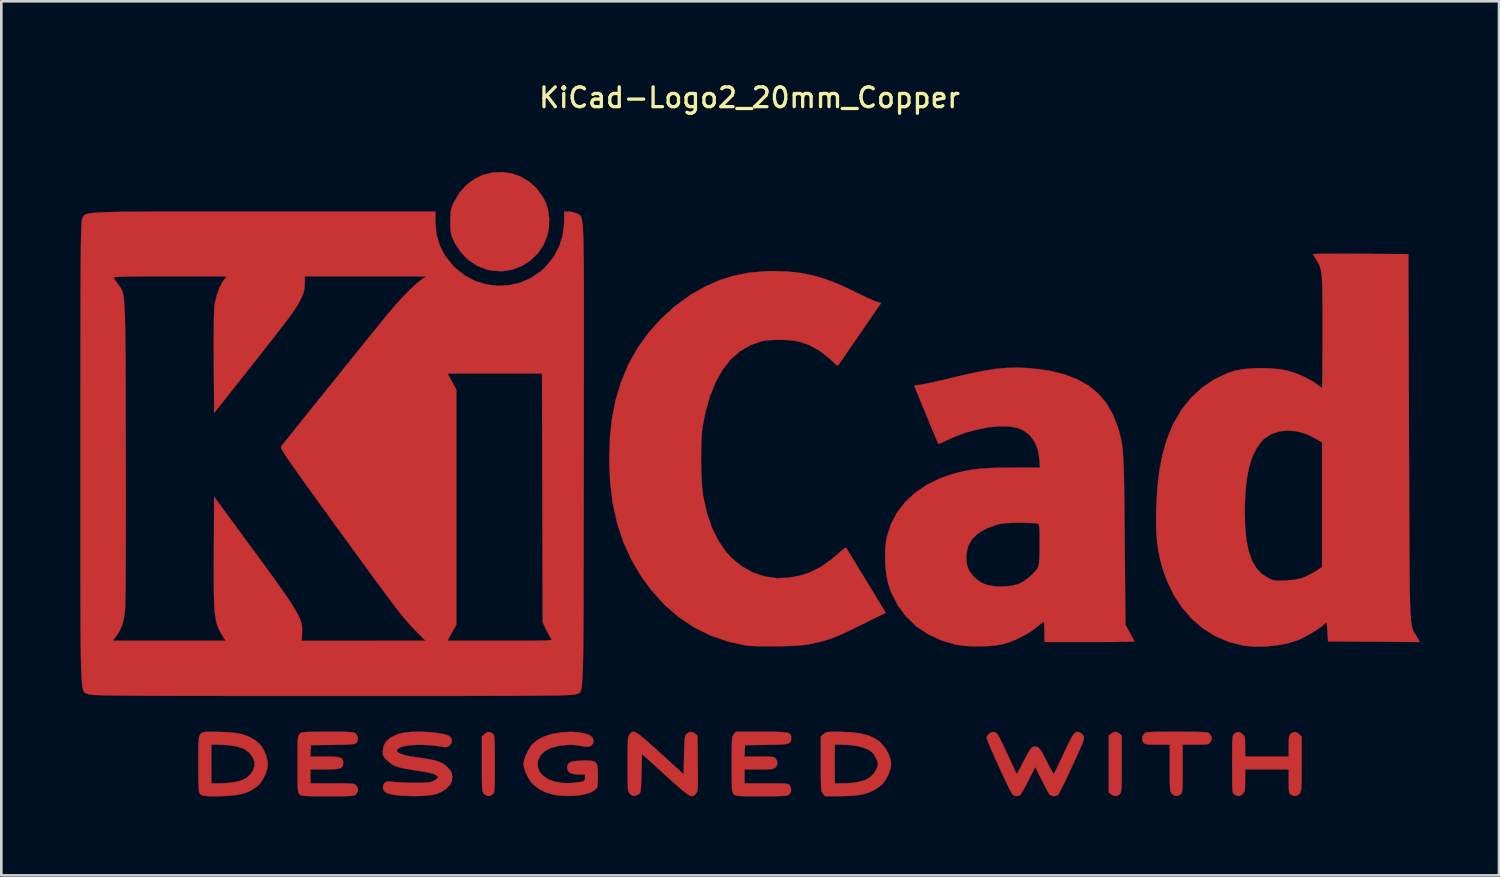
<source format=kicad_pcb>
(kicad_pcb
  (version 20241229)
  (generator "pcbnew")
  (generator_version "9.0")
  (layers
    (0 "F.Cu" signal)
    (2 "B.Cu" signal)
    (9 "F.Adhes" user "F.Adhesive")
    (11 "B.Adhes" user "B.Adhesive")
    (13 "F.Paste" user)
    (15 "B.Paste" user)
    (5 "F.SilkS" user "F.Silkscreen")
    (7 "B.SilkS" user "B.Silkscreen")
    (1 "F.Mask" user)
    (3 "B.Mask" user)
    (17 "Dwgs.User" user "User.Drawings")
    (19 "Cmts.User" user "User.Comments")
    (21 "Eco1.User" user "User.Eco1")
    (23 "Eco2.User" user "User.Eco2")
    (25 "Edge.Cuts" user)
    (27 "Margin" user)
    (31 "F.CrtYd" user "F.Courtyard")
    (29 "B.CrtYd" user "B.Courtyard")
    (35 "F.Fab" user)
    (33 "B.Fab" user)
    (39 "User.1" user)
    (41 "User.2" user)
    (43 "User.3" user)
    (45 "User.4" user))
  (footprint "KiCad-Logo2_20mm_Copper"
    (layer "F.Cu")
    (at 25.405 13.358)
    (property "Reference" "KiCad-Logo2_20mm_Copper" (at 0 -12.7 0) (layer "F.SilkS") (effects (font (size 0.75 0.75) (thickness 0.125))))
    (attr exclude_from_pos_files exclude_from_bom allow_missing_courtyard)
    (fp_poly (pts (xy 13.962 11.396) (xy 14.041 11.445) (xy 14.13 11.517) (xy 14.13 12.589) (xy 14.13 12.903) (xy 14.128 13.15) (xy 14.126 13.339) (xy 14.121 13.479) (xy 14.114 13.579) (xy 14.103 13.648) (xy 14.089 13.693) (xy 14.071 13.725) (xy 14.058 13.74) (xy 13.953 13.809) (xy 13.834 13.806) (xy 13.73 13.748) (xy 13.641 13.676) (xy 13.641 11.517) (xy 13.73 11.445) (xy 13.815 11.393) (xy 13.885 11.374) (xy 13.962 11.396)) (stroke (width 0.01) (type solid)) (fill yes) (layer "F.Cu"))
    (fp_poly (pts (xy -9.746 11.449) (xy -9.724 11.474) (xy -9.707 11.507) (xy -9.694 11.555) (xy -9.684 11.629) (xy -9.678 11.735) (xy -9.674 11.885) (xy -9.672 12.085) (xy -9.671 12.344) (xy -9.671 12.597) (xy -9.671 12.909) (xy -9.672 13.156) (xy -9.675 13.344) (xy -9.679 13.483) (xy -9.686 13.583) (xy -9.696 13.65) (xy -9.71 13.694) (xy -9.728 13.725) (xy -9.746 13.744) (xy -9.856 13.81) (xy -9.973 13.804) (xy -10.078 13.732) (xy -10.102 13.704) (xy -10.121 13.672) (xy -10.135 13.626) (xy -10.146 13.558) (xy -10.153 13.458) (xy -10.157 13.318) (xy -10.159 13.129) (xy -10.16 12.882) (xy -10.16 12.602) (xy -10.16 11.558) (xy -10.068 11.466) (xy -9.954 11.388) (xy -9.843 11.385) (xy -9.746 11.449)) (stroke (width 0.01) (type solid)) (fill yes) (layer "F.Cu"))
    (fp_poly (pts (xy -9.038 -9.825) (xy -8.696 -9.707) (xy -8.378 -9.52) (xy -8.094 -9.266) (xy -7.854 -8.943) (xy -7.746 -8.74) (xy -7.653 -8.455) (xy -7.608 -8.127) (xy -7.613 -7.79) (xy -7.668 -7.484) (xy -7.82 -7.11) (xy -8.04 -6.786) (xy -8.318 -6.518) (xy -8.641 -6.312) (xy -8.999 -6.175) (xy -9.381 -6.112) (xy -9.775 -6.132) (xy -9.969 -6.173) (xy -10.347 -6.32) (xy -10.683 -6.545) (xy -10.969 -6.84) (xy -11.196 -7.198) (xy -11.216 -7.238) (xy -11.282 -7.385) (xy -11.324 -7.508) (xy -11.346 -7.639) (xy -11.356 -7.807) (xy -11.357 -7.989) (xy -11.355 -8.208) (xy -11.343 -8.366) (xy -11.317 -8.494) (xy -11.271 -8.622) (xy -11.213 -8.748) (xy -10.999 -9.106) (xy -10.735 -9.397) (xy -10.432 -9.619) (xy -10.101 -9.772) (xy -9.751 -9.858) (xy -9.393 -9.876) (xy -9.038 -9.825)) (stroke (width 0.01) (type solid)) (fill yes) (layer "F.Cu"))
    (fp_poly (pts (xy 16.544 11.374) (xy 16.806 11.375) (xy 17.01 11.378) (xy 17.163 11.382) (xy 17.274 11.389) (xy 17.351 11.398) (xy 17.402 11.411) (xy 17.436 11.427) (xy 17.453 11.439) (xy 17.538 11.548) (xy 17.549 11.66) (xy 17.496 11.763) (xy 17.461 11.804) (xy 17.424 11.832) (xy 17.37 11.849) (xy 17.285 11.858) (xy 17.156 11.862) (xy 16.968 11.863) (xy 16.931 11.863) (xy 16.444 11.863) (xy 16.444 12.766) (xy 16.444 13.051) (xy 16.442 13.27) (xy 16.439 13.433) (xy 16.433 13.549) (xy 16.424 13.629) (xy 16.41 13.682) (xy 16.392 13.717) (xy 16.369 13.744) (xy 16.259 13.81) (xy 16.145 13.805) (xy 16.041 13.73) (xy 16.033 13.72) (xy 16.008 13.685) (xy 15.989 13.644) (xy 15.975 13.586) (xy 15.966 13.503) (xy 15.96 13.383) (xy 15.957 13.217) (xy 15.955 12.995) (xy 15.955 12.742) (xy 15.955 11.863) (xy 15.49 11.863) (xy 15.291 11.861) (xy 15.153 11.856) (xy 15.062 11.845) (xy 15.005 11.827) (xy 14.968 11.799) (xy 14.964 11.794) (xy 14.909 11.683) (xy 14.914 11.558) (xy 14.977 11.449) (xy 15.001 11.428) (xy 15.032 11.411) (xy 15.079 11.398) (xy 15.149 11.388) (xy 15.251 11.382) (xy 15.394 11.377) (xy 15.585 11.375) (xy 15.834 11.374) (xy 16.147 11.374) (xy 16.214 11.374) (xy 16.544 11.374)) (stroke (width 0.01) (type solid)) (fill yes) (layer "F.Cu"))
    (fp_poly (pts (xy 20.763 11.392) (xy 20.867 11.466) (xy 20.96 11.558) (xy 20.96 12.59) (xy 20.959 12.896) (xy 20.958 13.136) (xy 20.956 13.319) (xy 20.951 13.455) (xy 20.943 13.551) (xy 20.932 13.618) (xy 20.917 13.664) (xy 20.897 13.699) (xy 20.882 13.72) (xy 20.779 13.802) (xy 20.662 13.811) (xy 20.554 13.761) (xy 20.519 13.731) (xy 20.495 13.692) (xy 20.481 13.628) (xy 20.473 13.527) (xy 20.471 13.372) (xy 20.471 13.253) (xy 20.471 12.803) (xy 18.815 12.803) (xy 18.815 13.212) (xy 18.813 13.399) (xy 18.806 13.528) (xy 18.792 13.615) (xy 18.767 13.676) (xy 18.737 13.72) (xy 18.634 13.802) (xy 18.517 13.812) (xy 18.406 13.754) (xy 18.375 13.723) (xy 18.354 13.683) (xy 18.34 13.62) (xy 18.331 13.522) (xy 18.327 13.376) (xy 18.325 13.171) (xy 18.325 13.123) (xy 18.323 12.735) (xy 18.322 12.416) (xy 18.322 12.157) (xy 18.324 11.953) (xy 18.328 11.796) (xy 18.333 11.678) (xy 18.341 11.594) (xy 18.352 11.536) (xy 18.365 11.497) (xy 18.382 11.469) (xy 18.401 11.449) (xy 18.507 11.383) (xy 18.618 11.392) (xy 18.722 11.466) (xy 18.765 11.514) (xy 18.792 11.567) (xy 18.807 11.642) (xy 18.813 11.757) (xy 18.815 11.929) (xy 18.815 11.936) (xy 18.815 12.314) (xy 20.471 12.314) (xy 20.471 11.919) (xy 20.472 11.737) (xy 20.479 11.614) (xy 20.493 11.534) (xy 20.518 11.481) (xy 20.546 11.449) (xy 20.652 11.383) (xy 20.763 11.392)) (stroke (width 0.01) (type solid)) (fill yes) (layer "F.Cu"))
    (fp_poly (pts (xy 3.394 11.374) (xy 3.824 11.389) (xy 4.19 11.433) (xy 4.497 11.509) (xy 4.753 11.62) (xy 4.962 11.769) (xy 5.131 11.957) (xy 5.266 12.189) (xy 5.268 12.195) (xy 5.349 12.402) (xy 5.377 12.585) (xy 5.354 12.77) (xy 5.279 12.98) (xy 5.265 13.012) (xy 5.167 13.2) (xy 5.058 13.345) (xy 4.917 13.468) (xy 4.724 13.59) (xy 4.713 13.597) (xy 4.545 13.677) (xy 4.355 13.738) (xy 4.132 13.779) (xy 3.862 13.805) (xy 3.534 13.817) (xy 3.418 13.818) (xy 2.865 13.819) (xy 2.787 13.72) (xy 2.764 13.688) (xy 2.746 13.65) (xy 2.733 13.597) (xy 2.723 13.521) (xy 2.716 13.411) (xy 2.714 13.33) (xy 3.236 13.33) (xy 3.549 13.33) (xy 3.732 13.325) (xy 3.92 13.311) (xy 4.074 13.291) (xy 4.084 13.289) (xy 4.358 13.216) (xy 4.57 13.105) (xy 4.728 12.953) (xy 4.838 12.753) (xy 4.857 12.7) (xy 4.876 12.618) (xy 4.868 12.536) (xy 4.828 12.428) (xy 4.804 12.375) (xy 4.727 12.233) (xy 4.633 12.134) (xy 4.53 12.065) (xy 4.323 11.975) (xy 4.059 11.91) (xy 3.751 11.872) (xy 3.528 11.864) (xy 3.236 11.863) (xy 3.236 13.33) (xy 2.714 13.33) (xy 2.712 13.26) (xy 2.71 13.058) (xy 2.709 12.795) (xy 2.709 12.59) (xy 2.709 11.558) (xy 2.802 11.466) (xy 2.843 11.428) (xy 2.887 11.403) (xy 2.949 11.387) (xy 3.043 11.378) (xy 3.182 11.375) (xy 3.382 11.374) (xy 3.394 11.374)) (stroke (width 0.01) (type solid)) (fill yes) (layer "F.Cu"))
    (fp_poly (pts (xy -20.405 11.374) (xy -20.273 11.375) (xy -19.887 11.384) (xy -19.564 11.412) (xy -19.293 11.461) (xy -19.062 11.534) (xy -18.861 11.634) (xy -18.679 11.765) (xy -18.614 11.822) (xy -18.506 11.955) (xy -18.408 12.135) (xy -18.333 12.334) (xy -18.292 12.526) (xy -18.288 12.597) (xy -18.315 12.793) (xy -18.386 13.007) (xy -18.49 13.209) (xy -18.613 13.371) (xy -18.633 13.391) (xy -18.802 13.528) (xy -18.987 13.635) (xy -19.199 13.715) (xy -19.448 13.77) (xy -19.746 13.803) (xy -20.102 13.818) (xy -20.265 13.819) (xy -20.473 13.818) (xy -20.618 13.814) (xy -20.716 13.805) (xy -20.78 13.789) (xy -20.824 13.765) (xy -20.847 13.744) (xy -20.869 13.719) (xy -20.886 13.686) (xy -20.899 13.638) (xy -20.908 13.564) (xy -20.915 13.458) (xy -20.919 13.308) (xy -20.921 13.108) (xy -20.922 12.849) (xy -20.922 12.597) (xy -20.923 12.26) (xy -20.923 11.991) (xy -20.92 11.863) (xy -20.433 11.863) (xy -20.433 13.33) (xy -20.122 13.33) (xy -19.936 13.325) (xy -19.74 13.311) (xy -19.577 13.292) (xy -19.572 13.291) (xy -19.308 13.227) (xy -19.103 13.128) (xy -18.948 12.986) (xy -18.849 12.833) (xy -18.788 12.663) (xy -18.793 12.504) (xy -18.863 12.333) (xy -19.002 12.156) (xy -19.193 12.025) (xy -19.442 11.938) (xy -19.609 11.907) (xy -19.798 11.885) (xy -19.998 11.869) (xy -20.169 11.863) (xy -20.179 11.863) (xy -20.433 11.863) (xy -20.92 11.863) (xy -20.918 11.783) (xy -20.903 11.627) (xy -20.876 11.516) (xy -20.832 11.443) (xy -20.767 11.399) (xy -20.676 11.378) (xy -20.557 11.372) (xy -20.405 11.374)) (stroke (width 0.01) (type solid)) (fill yes) (layer "F.Cu"))
    (fp_poly (pts (xy -4.334 11.388) (xy -4.255 11.434) (xy -4.152 11.51) (xy -4.02 11.618) (xy -3.853 11.762) (xy -3.646 11.947) (xy -3.394 12.175) (xy -3.104 12.437) (xy -2.502 12.983) (xy -2.484 12.25) (xy -2.477 11.998) (xy -2.47 11.81) (xy -2.462 11.676) (xy -2.452 11.584) (xy -2.437 11.524) (xy -2.417 11.486) (xy -2.39 11.457) (xy -2.376 11.445) (xy -2.261 11.382) (xy -2.151 11.391) (xy -2.064 11.445) (xy -1.976 11.517) (xy -1.965 12.567) (xy -1.961 12.876) (xy -1.96 13.118) (xy -1.96 13.304) (xy -1.963 13.441) (xy -1.97 13.539) (xy -1.979 13.608) (xy -1.994 13.655) (xy -2.012 13.69) (xy -2.033 13.718) (xy -2.078 13.771) (xy -2.123 13.805) (xy -2.174 13.819) (xy -2.237 13.807) (xy -2.318 13.766) (xy -2.424 13.693) (xy -2.561 13.583) (xy -2.735 13.433) (xy -2.952 13.24) (xy -3.199 13.017) (xy -4.083 12.215) (xy -4.102 12.945) (xy -4.108 13.197) (xy -4.115 13.385) (xy -4.123 13.518) (xy -4.133 13.61) (xy -4.148 13.669) (xy -4.168 13.708) (xy -4.195 13.736) (xy -4.209 13.748) (xy -4.333 13.811) (xy -4.449 13.802) (xy -4.55 13.72) (xy -4.574 13.688) (xy -4.592 13.649) (xy -4.605 13.597) (xy -4.615 13.52) (xy -4.622 13.41) (xy -4.626 13.258) (xy -4.628 13.055) (xy -4.628 12.792) (xy -4.628 12.597) (xy -4.628 12.291) (xy -4.627 12.052) (xy -4.624 11.87) (xy -4.619 11.736) (xy -4.612 11.64) (xy -4.601 11.574) (xy -4.585 11.528) (xy -4.565 11.493) (xy -4.55 11.473) (xy -4.513 11.426) (xy -4.478 11.39) (xy -4.44 11.37) (xy -4.393 11.368) (xy -4.334 11.388)) (stroke (width 0.01) (type solid)) (fill yes) (layer "F.Cu"))
    (fp_poly (pts (xy -6.5 11.392) (xy -6.272 11.43) (xy -6.096 11.49) (xy -5.982 11.568) (xy -5.951 11.613) (xy -5.92 11.717) (xy -5.941 11.811) (xy -6.008 11.901) (xy -6.112 11.942) (xy -6.264 11.939) (xy -6.381 11.916) (xy -6.641 11.873) (xy -6.907 11.869) (xy -7.205 11.904) (xy -7.287 11.919) (xy -7.564 11.997) (xy -7.781 12.113) (xy -7.935 12.265) (xy -8.024 12.452) (xy -8.042 12.548) (xy -8.03 12.743) (xy -7.952 12.916) (xy -7.816 13.063) (xy -7.628 13.181) (xy -7.396 13.266) (xy -7.126 13.315) (xy -6.826 13.325) (xy -6.503 13.292) (xy -6.485 13.289) (xy -6.356 13.265) (xy -6.285 13.242) (xy -6.254 13.207) (xy -6.247 13.15) (xy -6.247 13.119) (xy -6.247 12.992) (xy -6.475 12.992) (xy -6.676 12.978) (xy -6.814 12.934) (xy -6.894 12.856) (xy -6.923 12.74) (xy -6.923 12.725) (xy -6.906 12.626) (xy -6.848 12.555) (xy -6.74 12.508) (xy -6.572 12.481) (xy -6.41 12.471) (xy -6.175 12.465) (xy -6.004 12.474) (xy -5.887 12.506) (xy -5.815 12.571) (xy -5.776 12.678) (xy -5.76 12.836) (xy -5.757 13.044) (xy -5.762 13.275) (xy -5.776 13.433) (xy -5.8 13.517) (xy -5.804 13.523) (xy -5.934 13.628) (xy -6.124 13.712) (xy -6.363 13.771) (xy -6.638 13.805) (xy -6.937 13.812) (xy -7.249 13.79) (xy -7.432 13.763) (xy -7.719 13.682) (xy -7.986 13.549) (xy -8.21 13.376) (xy -8.244 13.342) (xy -8.354 13.197) (xy -8.454 13.017) (xy -8.531 12.829) (xy -8.574 12.658) (xy -8.58 12.592) (xy -8.557 12.455) (xy -8.499 12.284) (xy -8.414 12.105) (xy -8.316 11.941) (xy -8.229 11.831) (xy -8.026 11.668) (xy -7.763 11.538) (xy -7.451 11.445) (xy -7.097 11.391) (xy -6.773 11.377) (xy -6.5 11.392)) (stroke (width 0.01) (type solid)) (fill yes) (layer "F.Cu"))
    (fp_poly (pts (xy 0.768 11.374) (xy 1.022 11.377) (xy 1.217 11.384) (xy 1.361 11.397) (xy 1.461 11.418) (xy 1.525 11.447) (xy 1.561 11.487) (xy 1.577 11.54) (xy 1.58 11.607) (xy 1.58 11.614) (xy 1.577 11.69) (xy 1.561 11.748) (xy 1.524 11.792) (xy 1.458 11.823) (xy 1.353 11.844) (xy 1.201 11.857) (xy 0.993 11.865) (xy 0.721 11.87) (xy 0.638 11.871) (xy -0.169 11.882) (xy -0.181 12.098) (xy -0.192 12.314) (xy 0.369 12.314) (xy 0.588 12.315) (xy 0.744 12.319) (xy 0.85 12.326) (xy 0.919 12.339) (xy 0.964 12.359) (xy 0.996 12.388) (xy 0.996 12.388) (xy 1.055 12.5) (xy 1.052 12.621) (xy 0.991 12.725) (xy 0.979 12.735) (xy 0.936 12.763) (xy 0.877 12.782) (xy 0.789 12.794) (xy 0.658 12.801) (xy 0.472 12.803) (xy 0.353 12.803) (xy -0.188 12.803) (xy -0.188 13.33) (xy 0.634 13.33) (xy 0.905 13.331) (xy 1.111 13.333) (xy 1.262 13.337) (xy 1.367 13.344) (xy 1.437 13.355) (xy 1.482 13.371) (xy 1.511 13.392) (xy 1.518 13.399) (xy 1.572 13.504) (xy 1.576 13.624) (xy 1.532 13.728) (xy 1.497 13.761) (xy 1.46 13.779) (xy 1.404 13.793) (xy 1.319 13.804) (xy 1.196 13.811) (xy 1.026 13.816) (xy 0.8 13.819) (xy 0.51 13.819) (xy 0.445 13.819) (xy 0.15 13.819) (xy -0.079 13.818) (xy -0.251 13.816) (xy -0.376 13.811) (xy -0.463 13.802) (xy -0.52 13.791) (xy -0.558 13.774) (xy -0.586 13.753) (xy -0.601 13.737) (xy -0.623 13.71) (xy -0.641 13.676) (xy -0.654 13.626) (xy -0.664 13.552) (xy -0.67 13.445) (xy -0.674 13.295) (xy -0.676 13.094) (xy -0.677 12.833) (xy -0.677 12.613) (xy -0.677 12.305) (xy -0.676 12.064) (xy -0.673 11.879) (xy -0.669 11.743) (xy -0.661 11.645) (xy -0.65 11.577) (xy -0.635 11.53) (xy -0.616 11.495) (xy -0.599 11.473) (xy -0.521 11.374) (xy 0.446 11.374) (xy 0.768 11.374)) (stroke (width 0.01) (type solid)) (fill yes) (layer "F.Cu"))
    (fp_poly (pts (xy -15.709 11.374) (xy -15.478 11.375) (xy -15.303 11.378) (xy -15.176 11.383) (xy -15.087 11.391) (xy -15.027 11.403) (xy -14.987 11.419) (xy -14.957 11.441) (xy -14.946 11.45) (xy -14.88 11.554) (xy -14.868 11.673) (xy -14.912 11.778) (xy -14.932 11.8) (xy -14.964 11.82) (xy -15.016 11.836) (xy -15.098 11.848) (xy -15.219 11.857) (xy -15.389 11.864) (xy -15.617 11.868) (xy -15.825 11.871) (xy -16.651 11.882) (xy -16.662 12.098) (xy -16.674 12.314) (xy -16.113 12.314) (xy -15.87 12.316) (xy -15.692 12.325) (xy -15.569 12.344) (xy -15.491 12.378) (xy -15.448 12.429) (xy -15.431 12.502) (xy -15.428 12.569) (xy -15.436 12.652) (xy -15.468 12.713) (xy -15.531 12.755) (xy -15.637 12.782) (xy -15.795 12.797) (xy -16.013 12.803) (xy -16.133 12.803) (xy -16.67 12.803) (xy -16.67 13.33) (xy -15.842 13.33) (xy -15.571 13.331) (xy -15.364 13.332) (xy -15.213 13.336) (xy -15.107 13.343) (xy -15.035 13.354) (xy -14.988 13.369) (xy -14.956 13.39) (xy -14.939 13.406) (xy -14.882 13.495) (xy -14.864 13.575) (xy -14.89 13.672) (xy -14.939 13.744) (xy -14.965 13.767) (xy -14.999 13.784) (xy -15.049 13.798) (xy -15.126 13.807) (xy -15.237 13.813) (xy -15.392 13.817) (xy -15.601 13.819) (xy -15.871 13.819) (xy -16.011 13.819) (xy -16.312 13.819) (xy -16.546 13.818) (xy -16.724 13.815) (xy -16.853 13.81) (xy -16.944 13.802) (xy -17.004 13.791) (xy -17.044 13.775) (xy -17.073 13.755) (xy -17.084 13.744) (xy -17.106 13.719) (xy -17.123 13.686) (xy -17.136 13.637) (xy -17.146 13.564) (xy -17.152 13.457) (xy -17.156 13.307) (xy -17.158 13.106) (xy -17.159 12.846) (xy -17.159 12.603) (xy -17.159 12.292) (xy -17.158 12.048) (xy -17.156 11.862) (xy -17.152 11.724) (xy -17.145 11.626) (xy -17.135 11.56) (xy -17.121 11.516) (xy -17.102 11.486) (xy -17.078 11.461) (xy -17.072 11.455) (xy -17.043 11.431) (xy -17.01 11.411) (xy -16.962 11.397) (xy -16.891 11.387) (xy -16.788 11.38) (xy -16.643 11.376) (xy -16.446 11.374) (xy -16.189 11.374) (xy -16.007 11.374) (xy -15.709 11.374)) (stroke (width 0.01) (type solid)) (fill yes) (layer "F.Cu"))
    (fp_poly (pts (xy 12.482 11.38) (xy 12.548 11.403) (xy 12.55 11.405) (xy 12.639 11.472) (xy 12.688 11.542) (xy 12.697 11.575) (xy 12.697 11.618) (xy 12.683 11.68) (xy 12.654 11.768) (xy 12.606 11.889) (xy 12.535 12.052) (xy 12.441 12.265) (xy 12.318 12.534) (xy 12.251 12.681) (xy 12.129 12.943) (xy 12.014 13.185) (xy 11.912 13.396) (xy 11.825 13.569) (xy 11.76 13.694) (xy 11.719 13.763) (xy 11.711 13.772) (xy 11.607 13.814) (xy 11.49 13.809) (xy 11.397 13.758) (xy 11.393 13.754) (xy 11.356 13.697) (xy 11.293 13.587) (xy 11.213 13.438) (xy 11.123 13.263) (xy 11.091 13.199) (xy 10.847 12.71) (xy 10.581 13.241) (xy 10.486 13.425) (xy 10.398 13.584) (xy 10.324 13.706) (xy 10.271 13.78) (xy 10.253 13.796) (xy 10.114 13.817) (xy 9.999 13.772) (xy 9.966 13.725) (xy 9.907 13.619) (xy 9.829 13.465) (xy 9.736 13.274) (xy 9.632 13.056) (xy 9.523 12.822) (xy 9.413 12.581) (xy 9.306 12.345) (xy 9.209 12.123) (xy 9.125 11.926) (xy 9.059 11.765) (xy 9.016 11.65) (xy 9.001 11.591) (xy 9.001 11.589) (xy 9.038 11.515) (xy 9.111 11.439) (xy 9.116 11.436) (xy 9.206 11.385) (xy 9.29 11.385) (xy 9.321 11.395) (xy 9.359 11.416) (xy 9.4 11.457) (xy 9.448 11.526) (xy 9.508 11.633) (xy 9.585 11.786) (xy 9.683 11.992) (xy 9.772 12.183) (xy 9.875 12.404) (xy 9.967 12.603) (xy 10.043 12.769) (xy 10.099 12.892) (xy 10.131 12.962) (xy 10.135 12.973) (xy 10.156 12.955) (xy 10.203 12.88) (xy 10.27 12.76) (xy 10.352 12.604) (xy 10.384 12.54) (xy 10.494 12.323) (xy 10.579 12.166) (xy 10.645 12.057) (xy 10.701 11.99) (xy 10.752 11.954) (xy 10.805 11.94) (xy 10.84 11.938) (xy 10.902 11.943) (xy 10.956 11.966) (xy 11.01 12.015) (xy 11.071 12.1) (xy 11.146 12.23) (xy 11.242 12.415) (xy 11.296 12.52) (xy 11.382 12.687) (xy 11.457 12.826) (xy 11.515 12.924) (xy 11.548 12.971) (xy 11.553 12.973) (xy 11.574 12.936) (xy 11.622 12.841) (xy 11.692 12.697) (xy 11.779 12.515) (xy 11.878 12.305) (xy 11.927 12.2) (xy 12.054 11.93) (xy 12.156 11.723) (xy 12.239 11.57) (xy 12.308 11.467) (xy 12.368 11.405) (xy 12.424 11.378) (xy 12.482 11.38)) (stroke (width 0.01) (type solid)) (fill yes) (layer "F.Cu"))
    (fp_poly (pts (xy -12.306 11.378) (xy -12.056 11.395) (xy -11.824 11.423) (xy -11.623 11.459) (xy -11.467 11.502) (xy -11.368 11.553) (xy -11.353 11.568) (xy -11.3 11.683) (xy -11.316 11.801) (xy -11.398 11.902) (xy -11.402 11.905) (xy -11.45 11.937) (xy -11.5 11.953) (xy -11.57 11.955) (xy -11.678 11.943) (xy -11.84 11.917) (xy -11.853 11.915) (xy -12.096 11.885) (xy -12.357 11.871) (xy -12.62 11.87) (xy -12.865 11.884) (xy -13.073 11.912) (xy -13.228 11.952) (xy -13.238 11.956) (xy -13.35 12.019) (xy -13.39 12.082) (xy -13.359 12.145) (xy -13.26 12.204) (xy -13.096 12.259) (xy -12.87 12.308) (xy -12.719 12.331) (xy -12.405 12.376) (xy -12.155 12.417) (xy -11.959 12.458) (xy -11.806 12.502) (xy -11.685 12.553) (xy -11.586 12.614) (xy -11.498 12.689) (xy -11.427 12.763) (xy -11.344 12.866) (xy -11.302 12.954) (xy -11.289 13.063) (xy -11.289 13.103) (xy -11.299 13.236) (xy -11.337 13.334) (xy -11.404 13.422) (xy -11.541 13.555) (xy -11.693 13.657) (xy -11.872 13.731) (xy -12.089 13.779) (xy -12.356 13.806) (xy -12.684 13.814) (xy -12.738 13.814) (xy -12.956 13.809) (xy -13.173 13.799) (xy -13.364 13.785) (xy -13.506 13.767) (xy -13.518 13.765) (xy -13.659 13.732) (xy -13.779 13.689) (xy -13.847 13.651) (xy -13.91 13.549) (xy -13.915 13.43) (xy -13.86 13.324) (xy -13.848 13.312) (xy -13.798 13.276) (xy -13.735 13.261) (xy -13.637 13.264) (xy -13.519 13.277) (xy -13.387 13.289) (xy -13.201 13.299) (xy -12.985 13.307) (xy -12.759 13.311) (xy -12.7 13.311) (xy -12.474 13.31) (xy -12.308 13.305) (xy -12.189 13.296) (xy -12.101 13.28) (xy -12.03 13.256) (xy -11.987 13.236) (xy -11.893 13.181) (xy -11.834 13.131) (xy -11.825 13.116) (xy -11.843 13.058) (xy -11.931 13.001) (xy -12.082 12.948) (xy -12.289 12.903) (xy -12.351 12.893) (xy -12.67 12.842) (xy -12.925 12.8) (xy -13.126 12.764) (xy -13.282 12.729) (xy -13.402 12.694) (xy -13.498 12.654) (xy -13.578 12.608) (xy -13.652 12.551) (xy -13.731 12.481) (xy -13.758 12.457) (xy -13.851 12.366) (xy -13.901 12.293) (xy -13.92 12.211) (xy -13.923 12.107) (xy -13.889 11.902) (xy -13.786 11.729) (xy -13.615 11.587) (xy -13.378 11.476) (xy -13.208 11.427) (xy -13.024 11.395) (xy -12.803 11.376) (xy -12.559 11.371) (xy -12.306 11.378)) (stroke (width 0.01) (type solid)) (fill yes) (layer "F.Cu"))
    (fp_poly (pts (xy 1.459 -6.099) (xy 1.95 -6.045) (xy 2.425 -5.949) (xy 2.905 -5.805) (xy 3.408 -5.609) (xy 3.953 -5.355) (xy 4.052 -5.306) (xy 4.277 -5.195) (xy 4.49 -5.095) (xy 4.669 -5.016) (xy 4.793 -4.966) (xy 4.812 -4.96) (xy 4.995 -4.905) (xy 4.177 -3.716) (xy 3.977 -3.425) (xy 3.794 -3.16) (xy 3.635 -2.928) (xy 3.505 -2.74) (xy 3.411 -2.604) (xy 3.359 -2.529) (xy 3.35 -2.517) (xy 3.316 -2.541) (xy 3.231 -2.616) (xy 3.112 -2.727) (xy 3.046 -2.79) (xy 2.671 -3.087) (xy 2.251 -3.314) (xy 1.889 -3.437) (xy 1.672 -3.476) (xy 1.399 -3.5) (xy 1.105 -3.508) (xy 0.819 -3.5) (xy 0.574 -3.476) (xy 0.477 -3.457) (xy 0.037 -3.306) (xy -0.359 -3.075) (xy -0.712 -2.764) (xy -1.02 -2.375) (xy -1.284 -1.907) (xy -1.504 -1.362) (xy -1.678 -0.738) (xy -1.782 -0.205) (xy -1.809 0.031) (xy -1.827 0.335) (xy -1.837 0.686) (xy -1.839 1.062) (xy -1.833 1.442) (xy -1.818 1.802) (xy -1.796 2.122) (xy -1.767 2.38) (xy -1.761 2.42) (xy -1.62 3.06) (xy -1.428 3.626) (xy -1.183 4.122) (xy -0.885 4.549) (xy -0.674 4.78) (xy -0.294 5.093) (xy 0.122 5.325) (xy 0.569 5.475) (xy 1.038 5.542) (xy 1.522 5.523) (xy 2.016 5.418) (xy 2.307 5.316) (xy 2.711 5.111) (xy 3.127 4.816) (xy 3.36 4.617) (xy 3.491 4.502) (xy 3.593 4.418) (xy 3.652 4.377) (xy 3.659 4.376) (xy 3.685 4.417) (xy 3.753 4.527) (xy 3.856 4.696) (xy 3.99 4.915) (xy 4.147 5.173) (xy 4.324 5.462) (xy 4.422 5.623) (xy 5.171 6.854) (xy 4.236 7.316) (xy 3.897 7.482) (xy 3.623 7.613) (xy 3.397 7.715) (xy 3.201 7.795) (xy 3.019 7.86) (xy 2.835 7.916) (xy 2.631 7.968) (xy 2.435 8.015) (xy 2.261 8.051) (xy 2.08 8.078) (xy 1.872 8.098) (xy 1.62 8.112) (xy 1.305 8.122) (xy 1.092 8.126) (xy 0.79 8.129) (xy 0.499 8.128) (xy 0.241 8.122) (xy 0.033 8.113) (xy -0.105 8.101) (xy -0.113 8.1) (xy -0.828 7.945) (xy -1.499 7.711) (xy -2.127 7.396) (xy -2.71 7.002) (xy -3.25 6.529) (xy -3.744 5.976) (xy -4.103 5.485) (xy -4.484 4.842) (xy -4.793 4.163) (xy -5.029 3.443) (xy -5.196 2.675) (xy -5.294 1.855) (xy -5.325 1.023) (xy -5.3 0.218) (xy -5.22 -0.525) (xy -5.083 -1.218) (xy -4.887 -1.874) (xy -4.629 -2.506) (xy -4.598 -2.571) (xy -4.258 -3.183) (xy -3.841 -3.764) (xy -3.358 -4.305) (xy -2.821 -4.791) (xy -2.243 -5.212) (xy -1.703 -5.52) (xy -1.158 -5.762) (xy -0.613 -5.937) (xy -0.044 -6.051) (xy 0.567 -6.107) (xy 0.933 -6.115) (xy 1.459 -6.099)) (stroke (width 0.01) (type solid)) (fill yes) (layer "F.Cu"))
    (fp_poly (pts (xy 22.685 -6.774) (xy 23.072 -6.772) (xy 23.204 -6.772) (xy 25.013 -6.76) (xy 25.036 0.182) (xy 25.039 1.123) (xy 25.042 1.978) (xy 25.044 2.751) (xy 25.047 3.445) (xy 25.049 4.067) (xy 25.052 4.619) (xy 25.056 5.107) (xy 25.06 5.535) (xy 25.065 5.907) (xy 25.071 6.228) (xy 25.078 6.502) (xy 25.087 6.734) (xy 25.097 6.928) (xy 25.109 7.088) (xy 25.123 7.219) (xy 25.139 7.325) (xy 25.157 7.411) (xy 25.178 7.482) (xy 25.201 7.54) (xy 25.227 7.592) (xy 25.255 7.641) (xy 25.287 7.692) (xy 25.322 7.749) (xy 25.329 7.761) (xy 25.45 7.967) (xy 21.963 7.943) (xy 21.941 7.56) (xy 21.928 7.376) (xy 21.915 7.27) (xy 21.898 7.228) (xy 21.871 7.237) (xy 21.849 7.261) (xy 21.754 7.349) (xy 21.598 7.463) (xy 21.403 7.588) (xy 21.192 7.712) (xy 20.987 7.82) (xy 20.83 7.891) (xy 20.46 8.008) (xy 20.037 8.09) (xy 19.59 8.136) (xy 19.152 8.141) (xy 18.753 8.103) (xy 18.746 8.101) (xy 18.2 7.964) (xy 17.689 7.746) (xy 17.218 7.451) (xy 16.791 7.085) (xy 16.415 6.651) (xy 16.092 6.154) (xy 15.83 5.6) (xy 15.687 5.189) (xy 15.592 4.846) (xy 15.522 4.513) (xy 15.475 4.171) (xy 15.447 3.8) (xy 15.437 3.378) (xy 15.442 3.034) (xy 18.801 3.034) (xy 18.816 3.611) (xy 18.867 4.107) (xy 18.953 4.528) (xy 19.076 4.876) (xy 19.238 5.157) (xy 19.44 5.375) (xy 19.674 5.529) (xy 19.796 5.587) (xy 19.901 5.621) (xy 20.019 5.637) (xy 20.177 5.638) (xy 20.347 5.632) (xy 20.682 5.603) (xy 20.947 5.545) (xy 21.03 5.516) (xy 21.22 5.43) (xy 21.421 5.323) (xy 21.508 5.269) (xy 21.736 5.12) (xy 21.736 0.388) (xy 21.485 0.238) (xy 21.136 0.068) (xy 20.779 -0.032) (xy 20.428 -0.064) (xy 20.095 -0.027) (xy 19.794 0.077) (xy 19.538 0.248) (xy 19.455 0.33) (xy 19.255 0.599) (xy 19.094 0.924) (xy 18.969 1.312) (xy 18.88 1.767) (xy 18.824 2.296) (xy 18.801 2.903) (xy 18.801 3.034) (xy 15.442 3.034) (xy 15.443 2.891) (xy 15.482 2.142) (xy 15.559 1.466) (xy 15.677 0.854) (xy 15.838 0.295) (xy 16.043 -0.219) (xy 16.117 -0.372) (xy 16.413 -0.87) (xy 16.77 -1.312) (xy 17.18 -1.691) (xy 17.636 -2.001) (xy 18.128 -2.234) (xy 18.422 -2.331) (xy 18.712 -2.388) (xy 19.06 -2.422) (xy 19.438 -2.432) (xy 19.817 -2.42) (xy 20.166 -2.385) (xy 20.447 -2.33) (xy 20.781 -2.221) (xy 21.105 -2.081) (xy 21.389 -1.925) (xy 21.54 -1.818) (xy 21.644 -1.739) (xy 21.716 -1.691) (xy 21.733 -1.684) (xy 21.738 -1.728) (xy 21.743 -1.854) (xy 21.747 -2.054) (xy 21.751 -2.318) (xy 21.754 -2.637) (xy 21.756 -3.002) (xy 21.758 -3.406) (xy 21.758 -3.816) (xy 21.758 -4.343) (xy 21.757 -4.786) (xy 21.754 -5.156) (xy 21.748 -5.46) (xy 21.739 -5.706) (xy 21.726 -5.905) (xy 21.708 -6.063) (xy 21.684 -6.189) (xy 21.654 -6.292) (xy 21.617 -6.381) (xy 21.572 -6.463) (xy 21.518 -6.548) (xy 21.511 -6.558) (xy 21.442 -6.668) (xy 21.4 -6.743) (xy 21.394 -6.759) (xy 21.438 -6.764) (xy 21.563 -6.768) (xy 21.76 -6.771) (xy 22.019 -6.773) (xy 22.331 -6.774) (xy 22.685 -6.774)) (stroke (width 0.01) (type solid)) (fill yes) (layer "F.Cu"))
    (fp_poly (pts (xy 10.502 -2.439) (xy 10.727 -2.422) (xy 11.372 -2.336) (xy 11.944 -2.2) (xy 12.444 -2.01) (xy 12.876 -1.765) (xy 13.243 -1.463) (xy 13.547 -1.103) (xy 13.791 -0.683) (xy 13.97 -0.228) (xy 14.015 -0.082) (xy 14.054 0.054) (xy 14.088 0.188) (xy 14.117 0.327) (xy 14.142 0.479) (xy 14.163 0.651) (xy 14.18 0.851) (xy 14.194 1.085) (xy 14.205 1.362) (xy 14.215 1.687) (xy 14.222 2.069) (xy 14.229 2.516) (xy 14.235 3.033) (xy 14.24 3.629) (xy 14.244 4.097) (xy 14.27 7.306) (xy 14.441 7.615) (xy 14.522 7.764) (xy 14.582 7.879) (xy 14.611 7.941) (xy 14.612 7.945) (xy 14.568 7.95) (xy 14.443 7.954) (xy 14.247 7.958) (xy 13.99 7.961) (xy 13.681 7.964) (xy 13.331 7.965) (xy 12.95 7.966) (xy 12.905 7.966) (xy 11.198 7.966) (xy 11.198 7.579) (xy 11.195 7.404) (xy 11.187 7.27) (xy 11.176 7.199) (xy 11.171 7.192) (xy 11.126 7.22) (xy 11.033 7.293) (xy 10.912 7.395) (xy 10.909 7.398) (xy 10.689 7.562) (xy 10.41 7.727) (xy 10.105 7.876) (xy 9.805 7.994) (xy 9.673 8.034) (xy 9.41 8.085) (xy 9.087 8.118) (xy 8.735 8.131) (xy 8.381 8.126) (xy 8.057 8.1) (xy 7.829 8.063) (xy 7.272 7.899) (xy 6.771 7.666) (xy 6.328 7.367) (xy 5.948 7.003) (xy 5.633 6.579) (xy 5.386 6.096) (xy 5.28 5.804) (xy 5.213 5.519) (xy 5.169 5.178) (xy 5.148 4.811) (xy 5.149 4.757) (xy 8.228 4.757) (xy 8.253 5.03) (xy 8.338 5.257) (xy 8.495 5.467) (xy 8.556 5.529) (xy 8.77 5.695) (xy 9.018 5.802) (xy 9.315 5.854) (xy 9.628 5.858) (xy 9.925 5.833) (xy 10.152 5.783) (xy 10.251 5.746) (xy 10.428 5.646) (xy 10.617 5.504) (xy 10.789 5.345) (xy 10.917 5.193) (xy 10.951 5.137) (xy 10.977 5.059) (xy 10.996 4.934) (xy 11.008 4.751) (xy 11.014 4.498) (xy 11.016 4.257) (xy 11.015 3.976) (xy 11.011 3.773) (xy 11.004 3.634) (xy 10.991 3.547) (xy 10.972 3.498) (xy 10.945 3.473) (xy 10.936 3.469) (xy 10.863 3.457) (xy 10.718 3.448) (xy 10.521 3.441) (xy 10.292 3.438) (xy 10.242 3.438) (xy 9.936 3.443) (xy 9.699 3.457) (xy 9.511 3.484) (xy 9.356 3.522) (xy 8.97 3.668) (xy 8.668 3.847) (xy 8.447 4.062) (xy 8.303 4.317) (xy 8.235 4.613) (xy 8.228 4.757) (xy 5.149 4.757) (xy 5.153 4.45) (xy 5.184 4.126) (xy 5.208 3.995) (xy 5.361 3.51) (xy 5.594 3.063) (xy 5.903 2.66) (xy 6.283 2.304) (xy 6.729 1.999) (xy 7.238 1.751) (xy 7.67 1.6) (xy 7.959 1.52) (xy 8.235 1.459) (xy 8.517 1.413) (xy 8.822 1.38) (xy 9.168 1.36) (xy 9.573 1.349) (xy 9.94 1.346) (xy 11.026 1.343) (xy 11.005 1.016) (xy 10.946 0.662) (xy 10.82 0.358) (xy 10.633 0.11) (xy 10.391 -0.072) (xy 10.177 -0.161) (xy 9.87 -0.217) (xy 9.506 -0.225) (xy 9.1 -0.188) (xy 8.67 -0.109) (xy 8.232 0.009) (xy 7.805 0.164) (xy 7.495 0.305) (xy 7.345 0.377) (xy 7.231 0.428) (xy 7.173 0.447) (xy 7.17 0.447) (xy 7.15 0.403) (xy 7.1 0.285) (xy 7.025 0.106) (xy 6.93 -0.123) (xy 6.818 -0.392) (xy 6.705 -0.666) (xy 6.251 -1.764) (xy 6.574 -1.817) (xy 6.714 -1.844) (xy 6.924 -1.889) (xy 7.186 -1.947) (xy 7.483 -2.016) (xy 7.796 -2.09) (xy 7.92 -2.121) (xy 8.46 -2.246) (xy 8.932 -2.339) (xy 9.355 -2.404) (xy 9.745 -2.441) (xy 10.122 -2.452) (xy 10.502 -2.439)) (stroke (width 0.01) (type solid)) (fill yes) (layer "F.Cu"))
    (fp_poly (pts (xy -19.746 -8.376) (xy -18.869 -8.376) (xy -18.461 -8.376) (xy -11.926 -8.376) (xy -11.926 -7.99) (xy -11.885 -7.522) (xy -11.761 -7.089) (xy -11.553 -6.691) (xy -11.259 -6.324) (xy -11.16 -6.225) (xy -10.803 -5.943) (xy -10.409 -5.738) (xy -9.991 -5.609) (xy -9.559 -5.556) (xy -9.126 -5.579) (xy -8.702 -5.677) (xy -8.301 -5.851) (xy -7.933 -6.101) (xy -7.768 -6.252) (xy -7.46 -6.621) (xy -7.234 -7.027) (xy -7.092 -7.466) (xy -7.036 -7.931) (xy -7.036 -7.977) (xy -7.033 -8.376) (xy -6.858 -8.376) (xy -6.702 -8.355) (xy -6.561 -8.303) (xy -6.551 -8.298) (xy -6.519 -8.281) (xy -6.49 -8.268) (xy -6.463 -8.255) (xy -6.438 -8.238) (xy -6.416 -8.214) (xy -6.396 -8.178) (xy -6.378 -8.127) (xy -6.362 -8.057) (xy -6.348 -7.964) (xy -6.336 -7.845) (xy -6.325 -7.695) (xy -6.316 -7.512) (xy -6.308 -7.29) (xy -6.302 -7.027) (xy -6.297 -6.719) (xy -6.293 -6.361) (xy -6.29 -5.951) (xy -6.288 -5.484) (xy -6.287 -4.957) (xy -6.287 -4.365) (xy -6.287 -3.705) (xy -6.287 -2.974) (xy -6.288 -2.167) (xy -6.29 -1.281) (xy -6.291 -0.312) (xy -6.292 0.744) (xy -6.293 0.873) (xy -6.294 1.935) (xy -6.295 2.911) (xy -6.296 3.803) (xy -6.297 4.615) (xy -6.299 5.352) (xy -6.3 6.016) (xy -6.302 6.611) (xy -6.304 7.142) (xy -6.308 7.613) (xy -6.311 8.026) (xy -6.316 8.385) (xy -6.322 8.695) (xy -6.329 8.96) (xy -6.337 9.182) (xy -6.347 9.366) (xy -6.358 9.515) (xy -6.37 9.634) (xy -6.384 9.726) (xy -6.401 9.795) (xy -6.419 9.844) (xy -6.439 9.877) (xy -6.462 9.899) (xy -6.486 9.913) (xy -6.514 9.922) (xy -6.544 9.931) (xy -6.576 9.942) (xy -6.584 9.946) (xy -6.609 9.954) (xy -6.651 9.962) (xy -6.713 9.968) (xy -6.8 9.975) (xy -6.914 9.98) (xy -7.06 9.985) (xy -7.241 9.99) (xy -7.46 9.994) (xy -7.722 9.998) (xy -8.03 10.001) (xy -8.388 10.003) (xy -8.8 10.006) (xy -9.268 10.008) (xy -9.797 10.009) (xy -10.39 10.011) (xy -11.051 10.012) (xy -11.784 10.012) (xy -12.593 10.013) (xy -13.48 10.013) (xy -14.45 10.013) (xy -15.506 10.013) (xy -15.848 10.013) (xy -16.927 10.013) (xy -17.919 10.013) (xy -18.828 10.012) (xy -19.656 10.012) (xy -20.409 10.011) (xy -21.089 10.01) (xy -21.699 10.009) (xy -22.245 10.007) (xy -22.73 10.005) (xy -23.156 10.003) (xy -23.529 10.001) (xy -23.851 9.998) (xy -24.126 9.994) (xy -24.359 9.99) (xy -24.552 9.986) (xy -24.709 9.981) (xy -24.835 9.976) (xy -24.933 9.97) (xy -25.006 9.963) (xy -25.058 9.956) (xy -25.093 9.948) (xy -25.112 9.941) (xy -25.146 9.927) (xy -25.178 9.916) (xy -25.206 9.905) (xy -25.232 9.891) (xy -25.256 9.869) (xy -25.277 9.836) (xy -25.296 9.788) (xy -25.313 9.721) (xy -25.329 9.631) (xy -25.342 9.515) (xy -25.353 9.369) (xy -25.363 9.189) (xy -25.372 8.972) (xy -25.379 8.713) (xy -25.385 8.409) (xy -25.389 8.056) (xy -25.39 7.92) (xy -24.176 7.92) (xy -19.882 7.92) (xy -19.964 7.795) (xy -20.046 7.667) (xy -20.116 7.544) (xy -20.174 7.419) (xy -20.221 7.283) (xy -20.259 7.128) (xy -20.288 6.944) (xy -20.31 6.724) (xy -20.325 6.458) (xy -20.334 6.138) (xy -20.338 5.757) (xy -20.339 5.304) (xy -20.337 4.771) (xy -20.336 4.573) (xy -20.325 2.454) (xy -18.982 4.282) (xy -18.601 4.8) (xy -18.272 5.252) (xy -17.989 5.642) (xy -17.751 5.978) (xy -17.552 6.264) (xy -17.39 6.508) (xy -17.262 6.714) (xy -17.162 6.889) (xy -17.089 7.039) (xy -17.038 7.17) (xy -17.006 7.287) (xy -16.989 7.398) (xy -16.983 7.507) (xy -16.986 7.621) (xy -16.987 7.635) (xy -17.002 7.921) (xy -14.649 7.921) (xy -12.296 7.92) (xy -12.646 7.567) (xy -12.741 7.471) (xy -12.831 7.377) (xy -12.92 7.281) (xy -13.012 7.176) (xy -13.112 7.059) (xy -13.222 6.924) (xy -13.347 6.765) (xy -13.491 6.578) (xy -13.657 6.357) (xy -13.851 6.098) (xy -14.075 5.794) (xy -14.334 5.441) (xy -14.631 5.034) (xy -14.971 4.567) (xy -15.358 4.036) (xy -15.675 3.6) (xy -16.072 3.052) (xy -16.419 2.573) (xy -16.718 2.159) (xy -16.973 1.804) (xy -17.187 1.504) (xy -17.362 1.255) (xy -17.502 1.052) (xy -17.611 0.891) (xy -17.69 0.766) (xy -17.744 0.674) (xy -17.776 0.61) (xy -17.788 0.569) (xy -17.784 0.548) (xy -17.74 0.491) (xy -17.644 0.37) (xy -17.503 0.193) (xy -17.322 -0.033) (xy -17.106 -0.302) (xy -16.863 -0.606) (xy -16.597 -0.937) (xy -16.314 -1.289) (xy -16.02 -1.654) (xy -15.72 -2.026) (xy -15.556 -2.23) (xy -11.469 -2.23) (xy -11.13 -1.616) (xy -11.13 7.306) (xy -11.469 7.92) (xy -9.46 7.92) (xy -8.981 7.92) (xy -8.584 7.92) (xy -8.264 7.918) (xy -8.012 7.916) (xy -7.821 7.912) (xy -7.683 7.906) (xy -7.59 7.898) (xy -7.536 7.888) (xy -7.512 7.875) (xy -7.51 7.859) (xy -7.524 7.84) (xy -7.524 7.84) (xy -7.582 7.757) (xy -7.658 7.622) (xy -7.725 7.487) (xy -7.852 7.215) (xy -7.865 2.492) (xy -7.878 -2.23) (xy -11.469 -2.23) (xy -15.556 -2.23) (xy -15.422 -2.397) (xy -15.129 -2.76) (xy -14.849 -3.107) (xy -14.586 -3.432) (xy -14.348 -3.728) (xy -14.138 -3.987) (xy -13.964 -4.202) (xy -13.831 -4.365) (xy -13.752 -4.461) (xy -13.448 -4.818) (xy -13.156 -5.14) (xy -12.885 -5.417) (xy -12.646 -5.638) (xy -12.477 -5.773) (xy -12.277 -5.918) (xy -16.883 -5.918) (xy -16.882 -5.647) (xy -16.895 -5.449) (xy -16.943 -5.264) (xy -17.018 -5.09) (xy -17.067 -4.991) (xy -17.119 -4.893) (xy -17.18 -4.79) (xy -17.254 -4.674) (xy -17.346 -4.54) (xy -17.461 -4.381) (xy -17.603 -4.191) (xy -17.778 -3.962) (xy -17.99 -3.689) (xy -18.244 -3.365) (xy -18.544 -2.983) (xy -18.896 -2.537) (xy -18.936 -2.487) (xy -20.325 -0.731) (xy -20.338 -2.676) (xy -20.341 -3.258) (xy -20.34 -3.751) (xy -20.336 -4.157) (xy -20.329 -4.476) (xy -20.318 -4.711) (xy -20.304 -4.862) (xy -20.3 -4.891) (xy -20.226 -5.195) (xy -20.129 -5.468) (xy -20.019 -5.688) (xy -19.953 -5.782) (xy -19.839 -5.918) (xy -22.007 -5.918) (xy -22.525 -5.917) (xy -22.957 -5.916) (xy -23.312 -5.913) (xy -23.594 -5.909) (xy -23.81 -5.904) (xy -23.967 -5.897) (xy -24.07 -5.888) (xy -24.127 -5.877) (xy -24.143 -5.864) (xy -24.142 -5.861) (xy -24.096 -5.791) (xy -24.019 -5.681) (xy -23.98 -5.626) (xy -23.938 -5.57) (xy -23.902 -5.52) (xy -23.869 -5.472) (xy -23.839 -5.419) (xy -23.813 -5.358) (xy -23.791 -5.283) (xy -23.771 -5.189) (xy -23.754 -5.072) (xy -23.74 -4.927) (xy -23.728 -4.748) (xy -23.718 -4.532) (xy -23.71 -4.272) (xy -23.703 -3.964) (xy -23.698 -3.604) (xy -23.694 -3.186) (xy -23.691 -2.706) (xy -23.688 -2.158) (xy -23.686 -1.537) (xy -23.684 -0.84) (xy -23.683 -0.061) (xy -23.681 0.656) (xy -23.679 1.454) (xy -23.678 2.216) (xy -23.678 2.936) (xy -23.679 3.61) (xy -23.68 4.232) (xy -23.682 4.799) (xy -23.685 5.304) (xy -23.689 5.744) (xy -23.693 6.113) (xy -23.697 6.406) (xy -23.703 6.619) (xy -23.708 6.746) (xy -23.71 6.76) (xy -23.75 7.069) (xy -23.813 7.318) (xy -23.908 7.535) (xy -24.047 7.749) (xy -24.065 7.772) (xy -24.176 7.92) (xy -25.39 7.92) (xy -25.393 7.65) (xy -25.396 7.188) (xy -25.398 6.666) (xy -25.399 6.079) (xy -25.4 5.425) (xy -25.4 4.7) (xy -25.4 3.899) (xy -25.4 3.019) (xy -25.4 2.056) (xy -25.4 1.007) (xy -25.4 0.799) (xy -25.4 -0.261) (xy -25.4 -1.234) (xy -25.399 -2.124) (xy -25.399 -2.933) (xy -25.398 -3.667) (xy -25.397 -4.328) (xy -25.396 -4.921) (xy -25.394 -5.448) (xy -25.392 -5.915) (xy -25.39 -6.324) (xy -25.387 -6.679) (xy -25.384 -6.985) (xy -25.38 -7.244) (xy -25.376 -7.461) (xy -25.371 -7.639) (xy -25.366 -7.782) (xy -25.361 -7.894) (xy -25.354 -7.978) (xy -25.347 -8.039) (xy -25.34 -8.079) (xy -25.331 -8.103) (xy -25.331 -8.104) (xy -25.314 -8.141) (xy -25.3 -8.174) (xy -25.284 -8.204) (xy -25.262 -8.231) (xy -25.23 -8.255) (xy -25.183 -8.277) (xy -25.118 -8.295) (xy -25.029 -8.311) (xy -24.912 -8.325) (xy -24.763 -8.337) (xy -24.577 -8.347) (xy -24.35 -8.355) (xy -24.079 -8.361) (xy -23.757 -8.366) (xy -23.381 -8.37) (xy -22.947 -8.372) (xy -22.45 -8.374) (xy -21.886 -8.375) (xy -21.25 -8.376) (xy -20.538 -8.376) (xy -19.746 -8.376)) (stroke (width 0.01) (type solid)) (fill yes) (layer "F.Cu")))
  (gr_rect
    (start -3 -3)
    (end 53.86 30.183)
    (stroke (width 0.1) (type default))
    (fill no)
    (layer "Edge.Cuts")))
</source>
